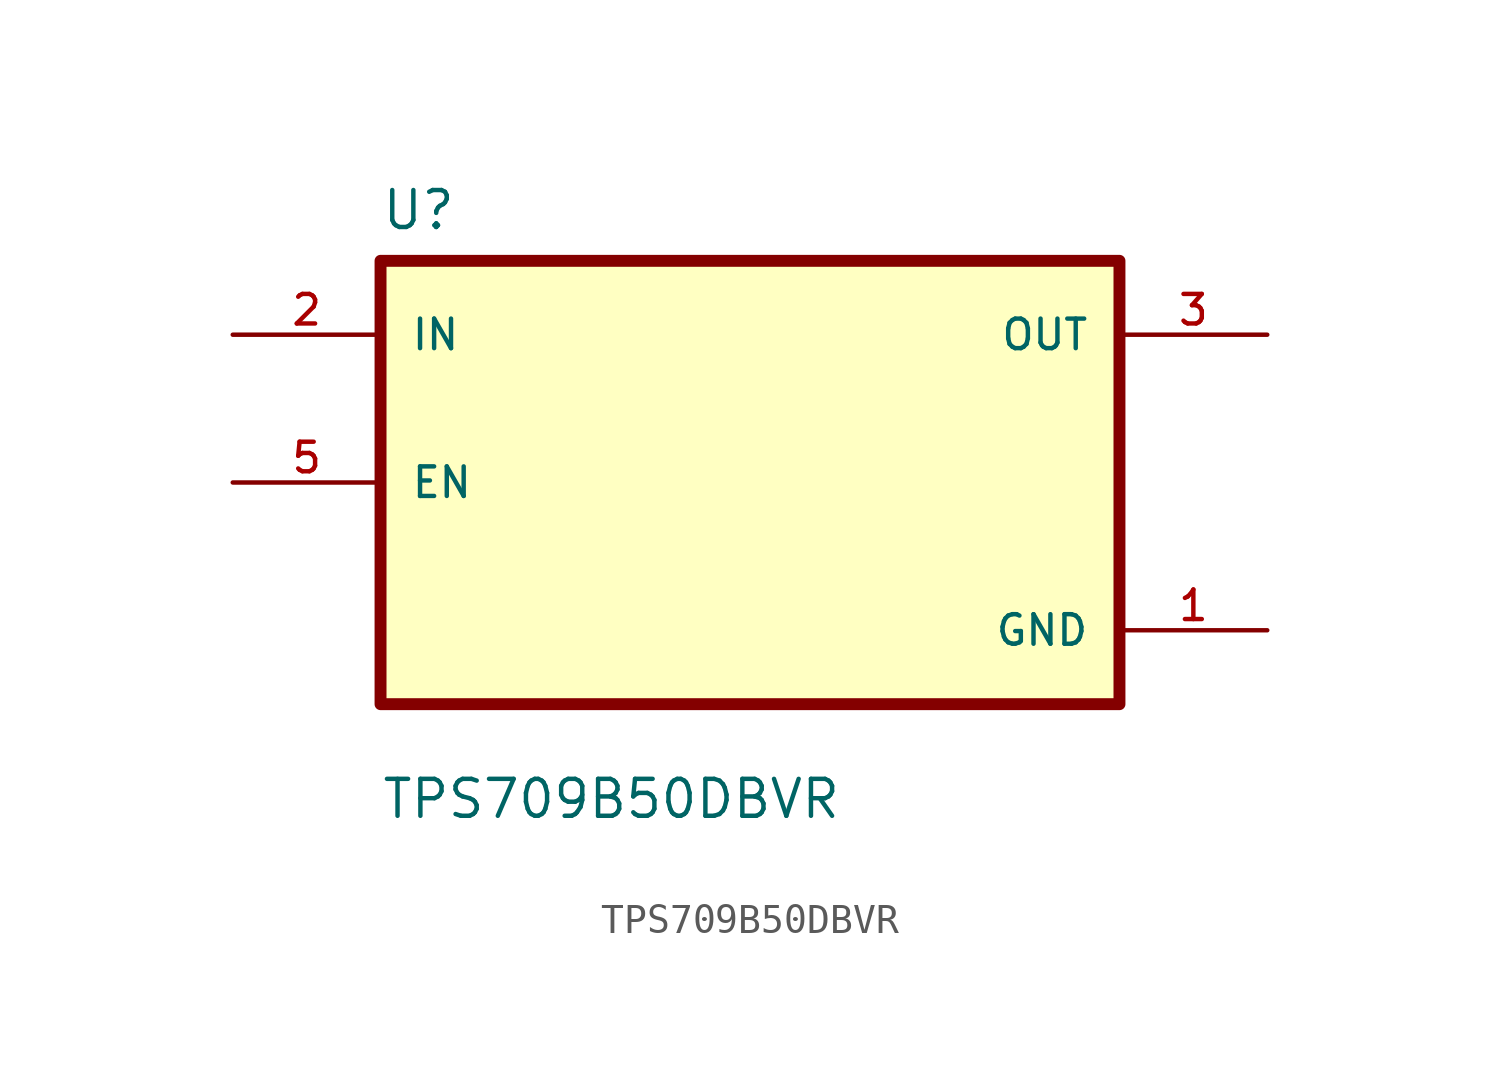
<source format=kicad_sym>
(kicad_symbol_lib
  (version 20211014)
  (generator kicad_symbol_editor)
  (symbol "TPS709B50DBVR"
    (pin_names
      (offset 1.016))
    (property "Reference" "U"
      (at -12.7 8.62 0.0)
      (effects (font (size 1.27 1.27)) (justify bottom left)))
    (property "Value" "TPS709B50DBVR"
      (at -12.7 -11.62 0.0)
      (effects (font (size 1.27 1.27)) (justify bottom left)))
    (symbol "TPS709B50DBVR_0_0"
      (rectangle (start -12.7 -7.62) (end 12.7 7.62) (stroke (width 0.41)) (fill (type background)))
      (pin input line (at -17.78 5.08 0) (length 5.08) (name "IN" (effects (font (size 1.016 1.016)))) (number "2" (effects (font (size 1.016 1.016)))))
      (pin bidirectional line (at -17.78 0.0 0) (length 5.08) (name "EN" (effects (font (size 1.016 1.016)))) (number "5" (effects (font (size 1.016 1.016)))))
      (pin output line (at 17.78 5.08 180.0) (length 5.08) (name "OUT" (effects (font (size 1.016 1.016)))) (number "3" (effects (font (size 1.016 1.016)))))
      (pin power_in line (at 17.78 -5.08 180.0) (length 5.08) (name "GND" (effects (font (size 1.016 1.016)))) (number "1" (effects (font (size 1.016 1.016))))))))
</source>
